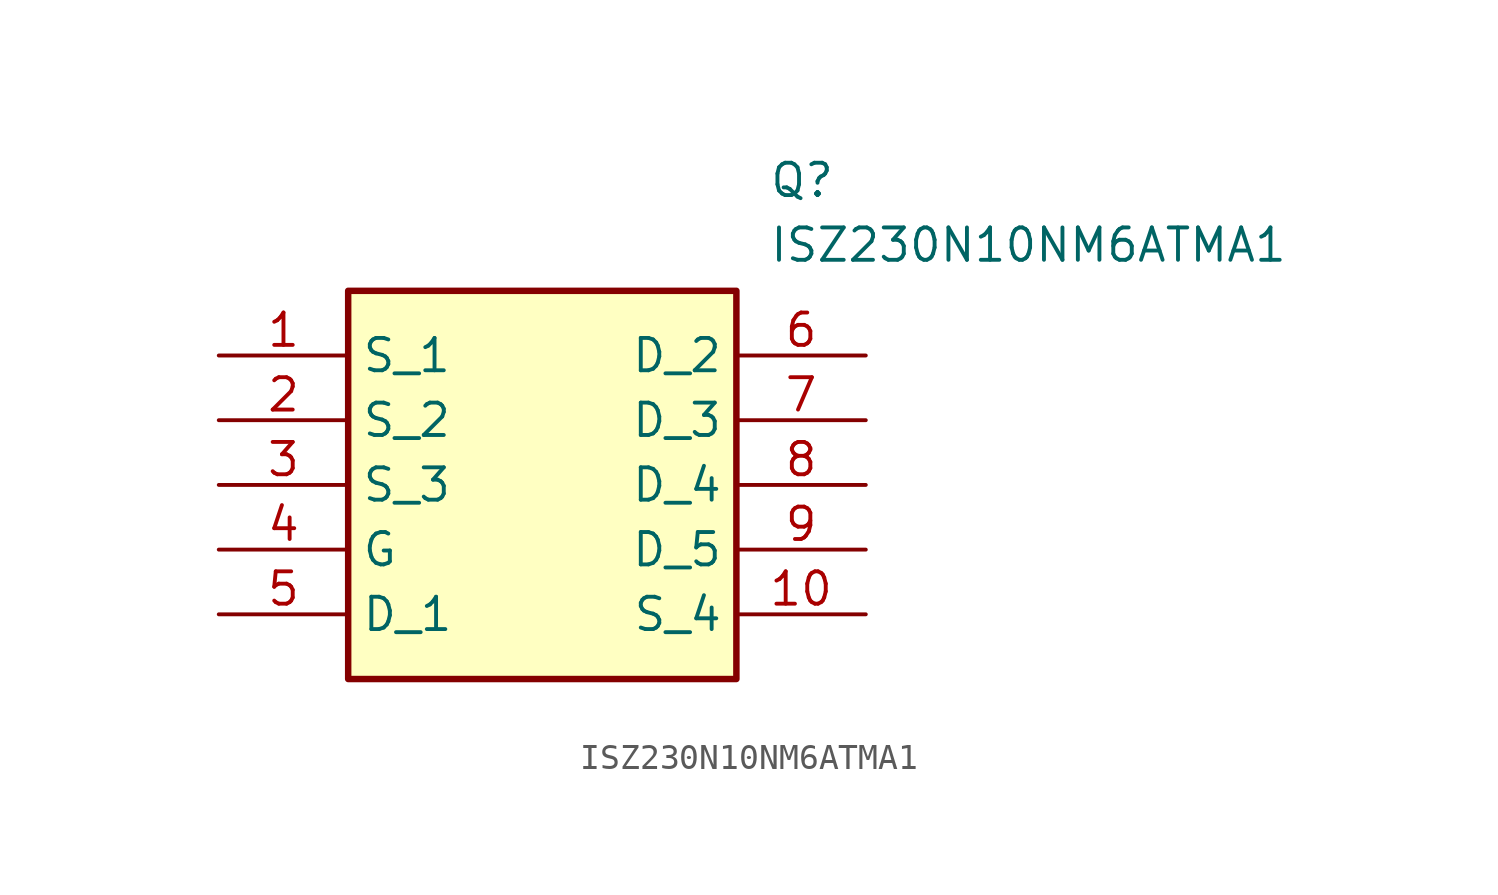
<source format=kicad_sym>
(kicad_symbol_lib
  (version 20211014)
  (generator SamacSys_ECAD_Model)
  (symbol "ISZ230N10NM6ATMA1"
    (property "Reference" "Q"
      (at 21.59 7.62 0)
      (effects (font (size 1.27 1.27)) (justify left top)))
    (property "Value" "ISZ230N10NM6ATMA1"
      (at 21.59 5.08 0)
      (effects (font (size 1.27 1.27)) (justify left top)))
    (rectangle
      (start 5.08 2.54)
      (end 20.32 -12.7)
      (stroke (width 0.254) (type default))
      (fill (type background)))
    (pin passive line
      (at 0 0 0)
      (length 5.08)
      (name "S_1" (effects (font (size 1.27 1.27))))
      (number "1" (effects (font (size 1.27 1.27)))))
    (pin passive line
      (at 0 -2.54 0)
      (length 5.08)
      (name "S_2" (effects (font (size 1.27 1.27))))
      (number "2" (effects (font (size 1.27 1.27)))))
    (pin passive line
      (at 0 -5.08 0)
      (length 5.08)
      (name "S_3" (effects (font (size 1.27 1.27))))
      (number "3" (effects (font (size 1.27 1.27)))))
    (pin passive line
      (at 0 -7.62 0)
      (length 5.08)
      (name "G" (effects (font (size 1.27 1.27))))
      (number "4" (effects (font (size 1.27 1.27)))))
    (pin passive line
      (at 0 -10.16 0)
      (length 5.08)
      (name "D_1" (effects (font (size 1.27 1.27))))
      (number "5" (effects (font (size 1.27 1.27)))))
    (pin passive line
      (at 25.4 0 180)
      (length 5.08)
      (name "D_2" (effects (font (size 1.27 1.27))))
      (number "6" (effects (font (size 1.27 1.27)))))
    (pin passive line
      (at 25.4 -2.54 180)
      (length 5.08)
      (name "D_3" (effects (font (size 1.27 1.27))))
      (number "7" (effects (font (size 1.27 1.27)))))
    (pin passive line
      (at 25.4 -5.08 180)
      (length 5.08)
      (name "D_4" (effects (font (size 1.27 1.27))))
      (number "8" (effects (font (size 1.27 1.27)))))
    (pin passive line
      (at 25.4 -7.62 180)
      (length 5.08)
      (name "D_5" (effects (font (size 1.27 1.27))))
      (number "9" (effects (font (size 1.27 1.27)))))
    (pin passive line
      (at 25.4 -10.16 180)
      (length 5.08)
      (name "S_4" (effects (font (size 1.27 1.27))))
      (number "10" (effects (font (size 1.27 1.27)))))))
</source>
